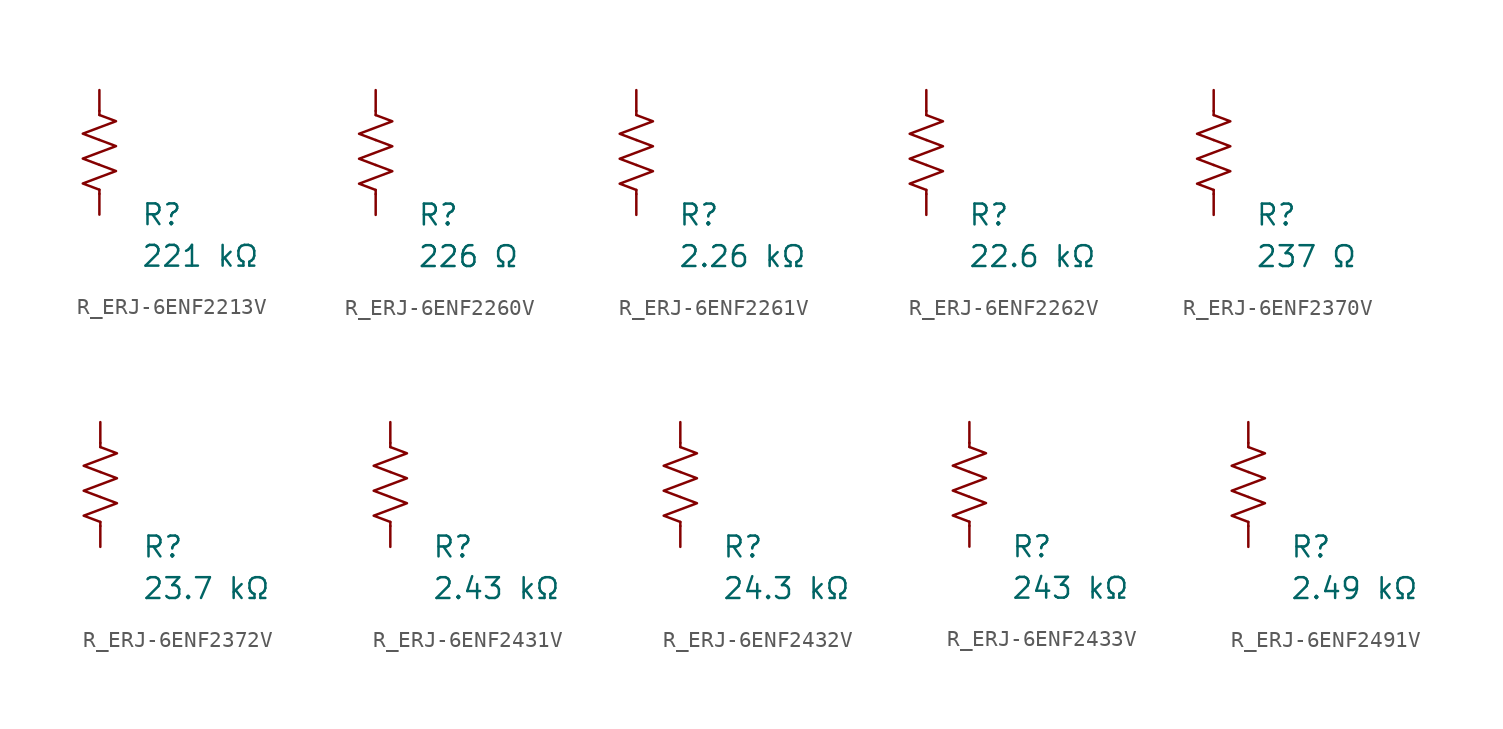
<source format=kicad_sym>
(kicad_symbol_lib
  (version 20231120)
  (generator "kicad_symbol_editor")
  (generator_version "8.0")
  (symbol "R_ERJ-6ENF2213V"
    (pin_numbers hide)
    (pin_names
      (offset 0))
    (property "Reference" "R"
      (at 2.54 -3.81 0)
      (effects (font (size 1.27 1.27)) (justify left))
      (show_name no))
    (property "Value" "221 kΩ"
      (at 2.54 -6.35 0)
      (effects (font (size 1.27 1.27)) (justify left))
      (show_name no))
    (symbol "R_ERJ-6ENF2213V_0_1"
      (polyline (pts (xy 0 -2.286) (xy 0 -2.54)) (stroke (width 0) (type default)) (fill (type none)))
      (polyline (pts (xy 0 2.286) (xy 0 2.54)) (stroke (width 0) (type default)) (fill (type none)))
      (polyline (pts (xy 0 -0.762) (xy 1.016 -1.143) (xy 0 -1.524) (xy -1.016 -1.905) (xy 0 -2.286)) (stroke (width 0) (type default)) (fill (type none)))
      (polyline (pts (xy 0 0.762) (xy 1.016 0.381) (xy 0 0) (xy -1.016 -0.381) (xy 0 -0.762)) (stroke (width 0) (type default)) (fill (type none)))
      (polyline (pts (xy 0 2.286) (xy 1.016 1.905) (xy 0 1.524) (xy -1.016 1.143) (xy 0 0.762)) (stroke (width 0) (type default)) (fill (type none))))
    (symbol "R_ERJ-6ENF2213V_1_1"
      (pin passive line (at 0 3.81 270) (length 1.27) (name "~" (effects (font (size 1.27 1.27)))) (number "1" (effects (font (size 1.27 1.27)))))
      (pin passive line (at 0 -3.81 90) (length 1.27) (name "~" (effects (font (size 1.27 1.27)))) (number "2" (effects (font (size 1.27 1.27)))))))
  (symbol "R_ERJ-6ENF2260V"
    (pin_numbers hide)
    (pin_names
      (offset 0))
    (property "Reference" "R"
      (at 2.54 -3.81 0)
      (effects (font (size 1.27 1.27)) (justify left))
      (show_name no))
    (property "Value" "226 Ω"
      (at 2.54 -6.35 0)
      (effects (font (size 1.27 1.27)) (justify left))
      (show_name no))
    (symbol "R_ERJ-6ENF2260V_0_1"
      (polyline (pts (xy 0 -2.286) (xy 0 -2.54)) (stroke (width 0) (type default)) (fill (type none)))
      (polyline (pts (xy 0 2.286) (xy 0 2.54)) (stroke (width 0) (type default)) (fill (type none)))
      (polyline (pts (xy 0 -0.762) (xy 1.016 -1.143) (xy 0 -1.524) (xy -1.016 -1.905) (xy 0 -2.286)) (stroke (width 0) (type default)) (fill (type none)))
      (polyline (pts (xy 0 0.762) (xy 1.016 0.381) (xy 0 0) (xy -1.016 -0.381) (xy 0 -0.762)) (stroke (width 0) (type default)) (fill (type none)))
      (polyline (pts (xy 0 2.286) (xy 1.016 1.905) (xy 0 1.524) (xy -1.016 1.143) (xy 0 0.762)) (stroke (width 0) (type default)) (fill (type none))))
    (symbol "R_ERJ-6ENF2260V_1_1"
      (pin passive line (at 0 3.81 270) (length 1.27) (name "~" (effects (font (size 1.27 1.27)))) (number "1" (effects (font (size 1.27 1.27)))))
      (pin passive line (at 0 -3.81 90) (length 1.27) (name "~" (effects (font (size 1.27 1.27)))) (number "2" (effects (font (size 1.27 1.27)))))))
  (symbol "R_ERJ-6ENF2261V"
    (pin_numbers hide)
    (pin_names
      (offset 0))
    (property "Reference" "R"
      (at 2.54 -3.81 0)
      (effects (font (size 1.27 1.27)) (justify left))
      (show_name no))
    (property "Value" "2.26 kΩ"
      (at 2.54 -6.35 0)
      (effects (font (size 1.27 1.27)) (justify left))
      (show_name no))
    (symbol "R_ERJ-6ENF2261V_0_1"
      (polyline (pts (xy 0 -2.286) (xy 0 -2.54)) (stroke (width 0) (type default)) (fill (type none)))
      (polyline (pts (xy 0 2.286) (xy 0 2.54)) (stroke (width 0) (type default)) (fill (type none)))
      (polyline (pts (xy 0 -0.762) (xy 1.016 -1.143) (xy 0 -1.524) (xy -1.016 -1.905) (xy 0 -2.286)) (stroke (width 0) (type default)) (fill (type none)))
      (polyline (pts (xy 0 0.762) (xy 1.016 0.381) (xy 0 0) (xy -1.016 -0.381) (xy 0 -0.762)) (stroke (width 0) (type default)) (fill (type none)))
      (polyline (pts (xy 0 2.286) (xy 1.016 1.905) (xy 0 1.524) (xy -1.016 1.143) (xy 0 0.762)) (stroke (width 0) (type default)) (fill (type none))))
    (symbol "R_ERJ-6ENF2261V_1_1"
      (pin passive line (at 0 3.81 270) (length 1.27) (name "~" (effects (font (size 1.27 1.27)))) (number "1" (effects (font (size 1.27 1.27)))))
      (pin passive line (at 0 -3.81 90) (length 1.27) (name "~" (effects (font (size 1.27 1.27)))) (number "2" (effects (font (size 1.27 1.27)))))))
  (symbol "R_ERJ-6ENF2262V"
    (pin_numbers hide)
    (pin_names
      (offset 0))
    (property "Reference" "R"
      (at 2.54 -3.81 0)
      (effects (font (size 1.27 1.27)) (justify left))
      (show_name no))
    (property "Value" "22.6 kΩ"
      (at 2.54 -6.35 0)
      (effects (font (size 1.27 1.27)) (justify left))
      (show_name no))
    (symbol "R_ERJ-6ENF2262V_0_1"
      (polyline (pts (xy 0 -2.286) (xy 0 -2.54)) (stroke (width 0) (type default)) (fill (type none)))
      (polyline (pts (xy 0 2.286) (xy 0 2.54)) (stroke (width 0) (type default)) (fill (type none)))
      (polyline (pts (xy 0 -0.762) (xy 1.016 -1.143) (xy 0 -1.524) (xy -1.016 -1.905) (xy 0 -2.286)) (stroke (width 0) (type default)) (fill (type none)))
      (polyline (pts (xy 0 0.762) (xy 1.016 0.381) (xy 0 0) (xy -1.016 -0.381) (xy 0 -0.762)) (stroke (width 0) (type default)) (fill (type none)))
      (polyline (pts (xy 0 2.286) (xy 1.016 1.905) (xy 0 1.524) (xy -1.016 1.143) (xy 0 0.762)) (stroke (width 0) (type default)) (fill (type none))))
    (symbol "R_ERJ-6ENF2262V_1_1"
      (pin passive line (at 0 3.81 270) (length 1.27) (name "~" (effects (font (size 1.27 1.27)))) (number "1" (effects (font (size 1.27 1.27)))))
      (pin passive line (at 0 -3.81 90) (length 1.27) (name "~" (effects (font (size 1.27 1.27)))) (number "2" (effects (font (size 1.27 1.27)))))))
  (symbol "R_ERJ-6ENF2370V"
    (pin_numbers hide)
    (pin_names
      (offset 0))
    (property "Reference" "R"
      (at 2.54 -3.81 0)
      (effects (font (size 1.27 1.27)) (justify left))
      (show_name no))
    (property "Value" "237 Ω"
      (at 2.54 -6.35 0)
      (effects (font (size 1.27 1.27)) (justify left))
      (show_name no))
    (symbol "R_ERJ-6ENF2370V_0_1"
      (polyline (pts (xy 0 -2.286) (xy 0 -2.54)) (stroke (width 0) (type default)) (fill (type none)))
      (polyline (pts (xy 0 2.286) (xy 0 2.54)) (stroke (width 0) (type default)) (fill (type none)))
      (polyline (pts (xy 0 -0.762) (xy 1.016 -1.143) (xy 0 -1.524) (xy -1.016 -1.905) (xy 0 -2.286)) (stroke (width 0) (type default)) (fill (type none)))
      (polyline (pts (xy 0 0.762) (xy 1.016 0.381) (xy 0 0) (xy -1.016 -0.381) (xy 0 -0.762)) (stroke (width 0) (type default)) (fill (type none)))
      (polyline (pts (xy 0 2.286) (xy 1.016 1.905) (xy 0 1.524) (xy -1.016 1.143) (xy 0 0.762)) (stroke (width 0) (type default)) (fill (type none))))
    (symbol "R_ERJ-6ENF2370V_1_1"
      (pin passive line (at 0 3.81 270) (length 1.27) (name "~" (effects (font (size 1.27 1.27)))) (number "1" (effects (font (size 1.27 1.27)))))
      (pin passive line (at 0 -3.81 90) (length 1.27) (name "~" (effects (font (size 1.27 1.27)))) (number "2" (effects (font (size 1.27 1.27)))))))
  (symbol "R_ERJ-6ENF2372V"
    (pin_numbers hide)
    (pin_names
      (offset 0))
    (property "Reference" "R"
      (at 2.54 -3.81 0)
      (effects (font (size 1.27 1.27)) (justify left))
      (show_name no))
    (property "Value" "23.7 kΩ"
      (at 2.54 -6.35 0)
      (effects (font (size 1.27 1.27)) (justify left))
      (show_name no))
    (symbol "R_ERJ-6ENF2372V_0_1"
      (polyline (pts (xy 0 -2.286) (xy 0 -2.54)) (stroke (width 0) (type default)) (fill (type none)))
      (polyline (pts (xy 0 2.286) (xy 0 2.54)) (stroke (width 0) (type default)) (fill (type none)))
      (polyline (pts (xy 0 -0.762) (xy 1.016 -1.143) (xy 0 -1.524) (xy -1.016 -1.905) (xy 0 -2.286)) (stroke (width 0) (type default)) (fill (type none)))
      (polyline (pts (xy 0 0.762) (xy 1.016 0.381) (xy 0 0) (xy -1.016 -0.381) (xy 0 -0.762)) (stroke (width 0) (type default)) (fill (type none)))
      (polyline (pts (xy 0 2.286) (xy 1.016 1.905) (xy 0 1.524) (xy -1.016 1.143) (xy 0 0.762)) (stroke (width 0) (type default)) (fill (type none))))
    (symbol "R_ERJ-6ENF2372V_1_1"
      (pin passive line (at 0 3.81 270) (length 1.27) (name "~" (effects (font (size 1.27 1.27)))) (number "1" (effects (font (size 1.27 1.27)))))
      (pin passive line (at 0 -3.81 90) (length 1.27) (name "~" (effects (font (size 1.27 1.27)))) (number "2" (effects (font (size 1.27 1.27)))))))
  (symbol "R_ERJ-6ENF2431V"
    (pin_numbers hide)
    (pin_names
      (offset 0))
    (property "Reference" "R"
      (at 2.54 -3.81 0)
      (effects (font (size 1.27 1.27)) (justify left))
      (show_name no))
    (property "Value" "2.43 kΩ"
      (at 2.54 -6.35 0)
      (effects (font (size 1.27 1.27)) (justify left))
      (show_name no))
    (symbol "R_ERJ-6ENF2431V_0_1"
      (polyline (pts (xy 0 -2.286) (xy 0 -2.54)) (stroke (width 0) (type default)) (fill (type none)))
      (polyline (pts (xy 0 2.286) (xy 0 2.54)) (stroke (width 0) (type default)) (fill (type none)))
      (polyline (pts (xy 0 -0.762) (xy 1.016 -1.143) (xy 0 -1.524) (xy -1.016 -1.905) (xy 0 -2.286)) (stroke (width 0) (type default)) (fill (type none)))
      (polyline (pts (xy 0 0.762) (xy 1.016 0.381) (xy 0 0) (xy -1.016 -0.381) (xy 0 -0.762)) (stroke (width 0) (type default)) (fill (type none)))
      (polyline (pts (xy 0 2.286) (xy 1.016 1.905) (xy 0 1.524) (xy -1.016 1.143) (xy 0 0.762)) (stroke (width 0) (type default)) (fill (type none))))
    (symbol "R_ERJ-6ENF2431V_1_1"
      (pin passive line (at 0 3.81 270) (length 1.27) (name "~" (effects (font (size 1.27 1.27)))) (number "1" (effects (font (size 1.27 1.27)))))
      (pin passive line (at 0 -3.81 90) (length 1.27) (name "~" (effects (font (size 1.27 1.27)))) (number "2" (effects (font (size 1.27 1.27)))))))
  (symbol "R_ERJ-6ENF2432V"
    (pin_numbers hide)
    (pin_names
      (offset 0))
    (property "Reference" "R"
      (at 2.54 -3.81 0)
      (effects (font (size 1.27 1.27)) (justify left))
      (show_name no))
    (property "Value" "24.3 kΩ"
      (at 2.54 -6.35 0)
      (effects (font (size 1.27 1.27)) (justify left))
      (show_name no))
    (symbol "R_ERJ-6ENF2432V_0_1"
      (polyline (pts (xy 0 -2.286) (xy 0 -2.54)) (stroke (width 0) (type default)) (fill (type none)))
      (polyline (pts (xy 0 2.286) (xy 0 2.54)) (stroke (width 0) (type default)) (fill (type none)))
      (polyline (pts (xy 0 -0.762) (xy 1.016 -1.143) (xy 0 -1.524) (xy -1.016 -1.905) (xy 0 -2.286)) (stroke (width 0) (type default)) (fill (type none)))
      (polyline (pts (xy 0 0.762) (xy 1.016 0.381) (xy 0 0) (xy -1.016 -0.381) (xy 0 -0.762)) (stroke (width 0) (type default)) (fill (type none)))
      (polyline (pts (xy 0 2.286) (xy 1.016 1.905) (xy 0 1.524) (xy -1.016 1.143) (xy 0 0.762)) (stroke (width 0) (type default)) (fill (type none))))
    (symbol "R_ERJ-6ENF2432V_1_1"
      (pin passive line (at 0 3.81 270) (length 1.27) (name "~" (effects (font (size 1.27 1.27)))) (number "1" (effects (font (size 1.27 1.27)))))
      (pin passive line (at 0 -3.81 90) (length 1.27) (name "~" (effects (font (size 1.27 1.27)))) (number "2" (effects (font (size 1.27 1.27)))))))
  (symbol "R_ERJ-6ENF2433V"
    (pin_numbers hide)
    (pin_names
      (offset 0))
    (property "Reference" "R"
      (at 2.54 -3.81 0)
      (effects (font (size 1.27 1.27)) (justify left))
      (show_name no))
    (property "Value" "243 kΩ"
      (at 2.54 -6.35 0)
      (effects (font (size 1.27 1.27)) (justify left))
      (show_name no))
    (symbol "R_ERJ-6ENF2433V_0_1"
      (polyline (pts (xy 0 -2.286) (xy 0 -2.54)) (stroke (width 0) (type default)) (fill (type none)))
      (polyline (pts (xy 0 2.286) (xy 0 2.54)) (stroke (width 0) (type default)) (fill (type none)))
      (polyline (pts (xy 0 -0.762) (xy 1.016 -1.143) (xy 0 -1.524) (xy -1.016 -1.905) (xy 0 -2.286)) (stroke (width 0) (type default)) (fill (type none)))
      (polyline (pts (xy 0 0.762) (xy 1.016 0.381) (xy 0 0) (xy -1.016 -0.381) (xy 0 -0.762)) (stroke (width 0) (type default)) (fill (type none)))
      (polyline (pts (xy 0 2.286) (xy 1.016 1.905) (xy 0 1.524) (xy -1.016 1.143) (xy 0 0.762)) (stroke (width 0) (type default)) (fill (type none))))
    (symbol "R_ERJ-6ENF2433V_1_1"
      (pin passive line (at 0 3.81 270) (length 1.27) (name "~" (effects (font (size 1.27 1.27)))) (number "1" (effects (font (size 1.27 1.27)))))
      (pin passive line (at 0 -3.81 90) (length 1.27) (name "~" (effects (font (size 1.27 1.27)))) (number "2" (effects (font (size 1.27 1.27)))))))
  (symbol "R_ERJ-6ENF2491V"
    (pin_numbers hide)
    (pin_names
      (offset 0))
    (property "Reference" "R"
      (at 2.54 -3.81 0)
      (effects (font (size 1.27 1.27)) (justify left))
      (show_name no))
    (property "Value" "2.49 kΩ"
      (at 2.54 -6.35 0)
      (effects (font (size 1.27 1.27)) (justify left))
      (show_name no))
    (symbol "R_ERJ-6ENF2491V_0_1"
      (polyline (pts (xy 0 -2.286) (xy 0 -2.54)) (stroke (width 0) (type default)) (fill (type none)))
      (polyline (pts (xy 0 2.286) (xy 0 2.54)) (stroke (width 0) (type default)) (fill (type none)))
      (polyline (pts (xy 0 -0.762) (xy 1.016 -1.143) (xy 0 -1.524) (xy -1.016 -1.905) (xy 0 -2.286)) (stroke (width 0) (type default)) (fill (type none)))
      (polyline (pts (xy 0 0.762) (xy 1.016 0.381) (xy 0 0) (xy -1.016 -0.381) (xy 0 -0.762)) (stroke (width 0) (type default)) (fill (type none)))
      (polyline (pts (xy 0 2.286) (xy 1.016 1.905) (xy 0 1.524) (xy -1.016 1.143) (xy 0 0.762)) (stroke (width 0) (type default)) (fill (type none))))
    (symbol "R_ERJ-6ENF2491V_1_1"
      (pin passive line (at 0 3.81 270) (length 1.27) (name "~" (effects (font (size 1.27 1.27)))) (number "1" (effects (font (size 1.27 1.27)))))
      (pin passive line (at 0 -3.81 90) (length 1.27) (name "~" (effects (font (size 1.27 1.27)))) (number "2" (effects (font (size 1.27 1.27))))))))
</source>
